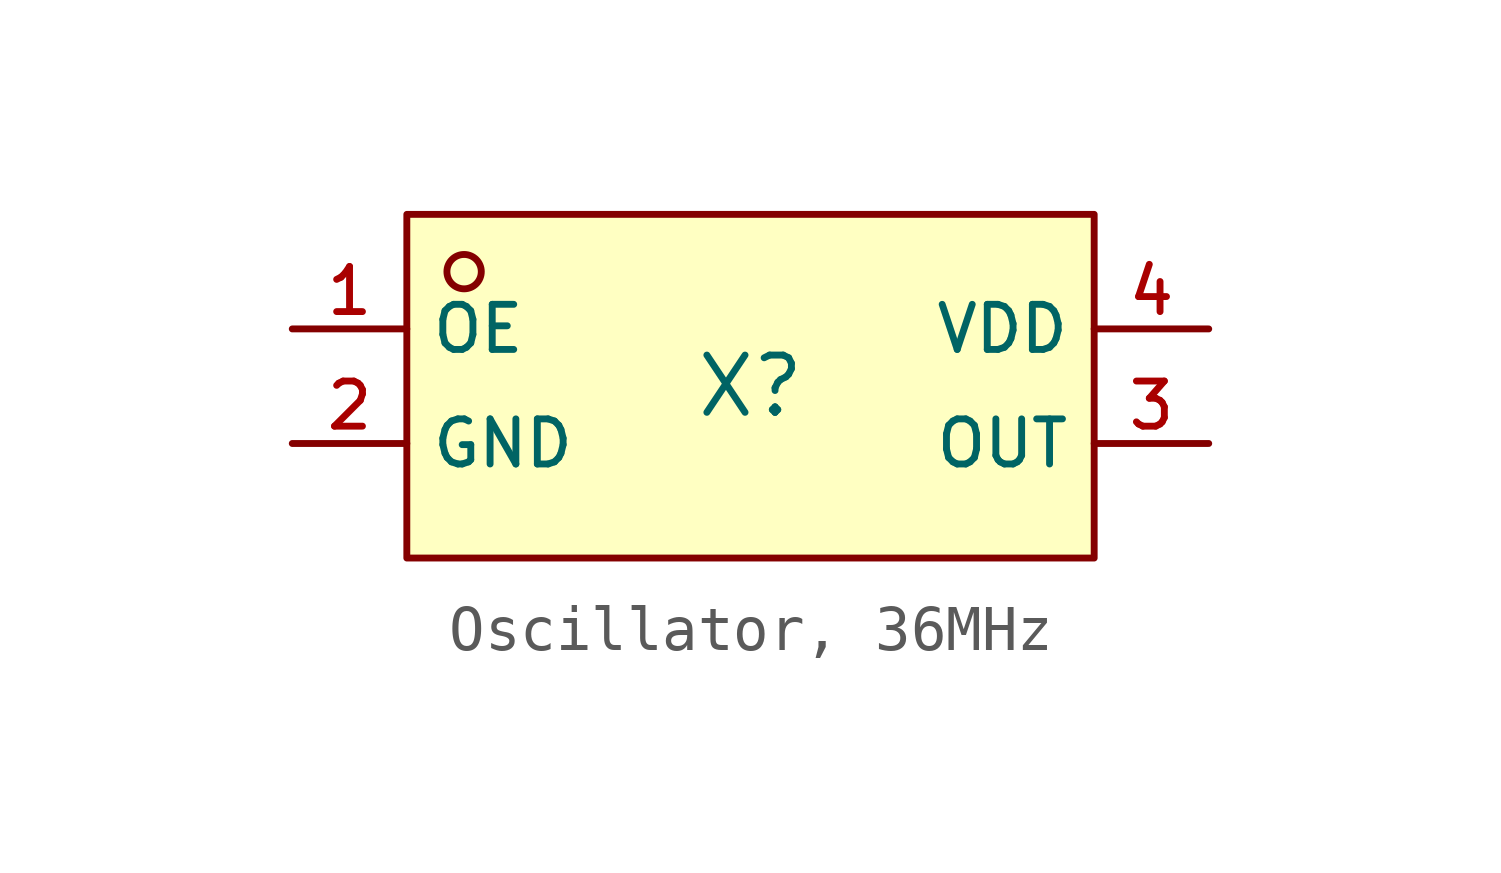
<source format=kicad_sym>
(kicad_symbol_lib
  (version 20231120)
  (generator "CDFER_Archive_Tool")
  (generator_version "0.0")
  (symbol "Oscillator, 36MHz"
    (property "Reference" "X"
      (at 0 1.27 0)
      (effects (font (size 1.27 1.27))))
    (symbol "Oscillator, 36MHz_0_1"
      (rectangle (start -7.62 5.08) (end 7.62 -2.54) (stroke (width 0) (type default)) (fill (type background)))
      (circle (center -6.35 3.81) (radius 0.381) (stroke (width 0) (type default)) (fill (type background)))
      (pin unspecified line (at -10.16 2.54 0) (length 2.54) (name "OE" (effects (font (size 1 1)))) (number "1" (effects (font (size 1 1)))))
      (pin unspecified line (at -10.16 0 0) (length 2.54) (name "GND" (effects (font (size 1 1)))) (number "2" (effects (font (size 1 1)))))
      (pin unspecified line (at 10.16 0 180) (length 2.54) (name "OUT" (effects (font (size 1 1)))) (number "3" (effects (font (size 1 1)))))
      (pin unspecified line (at 10.16 2.54 180) (length 2.54) (name "VDD" (effects (font (size 1 1)))) (number "4" (effects (font (size 1 1))))))))
</source>
